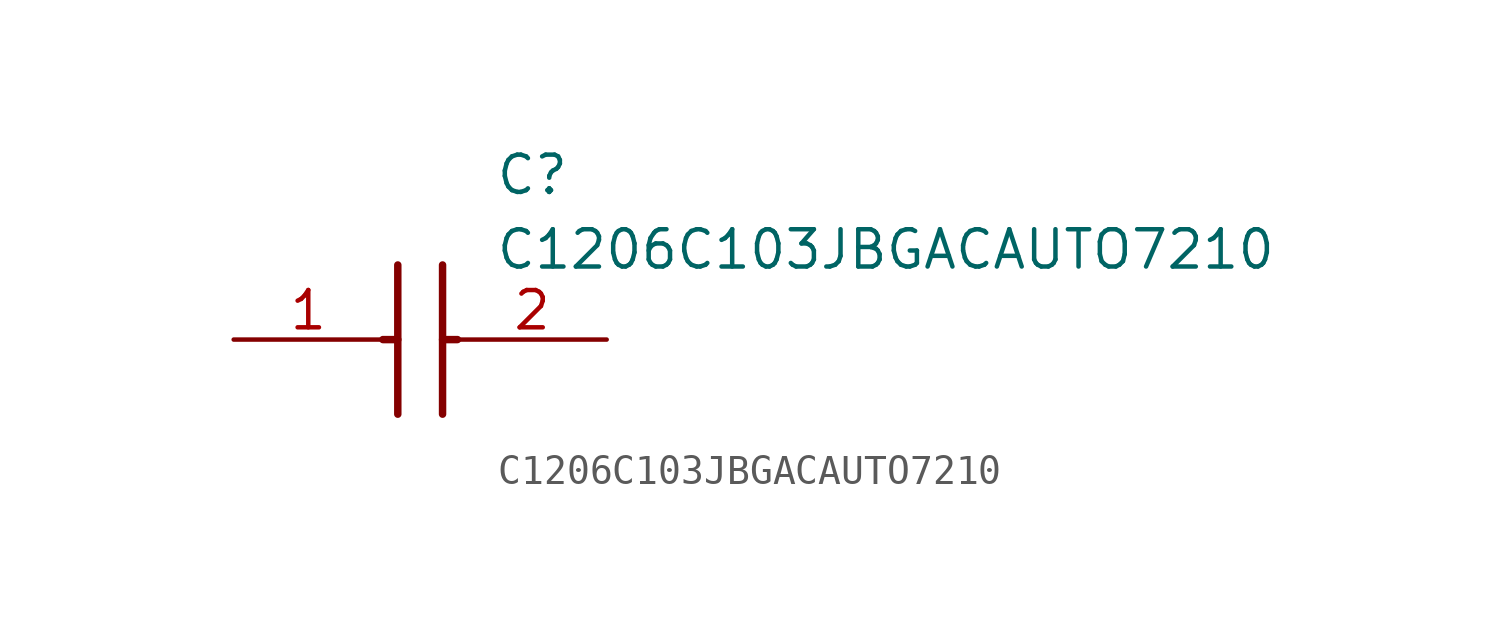
<source format=kicad_sym>
(kicad_symbol_lib
  (version 20211014)
  (generator SamacSys_ECAD_Model)
  (symbol "C1206C103JBGACAUTO7210"
    (pin_names hide)
    (property "Reference" "C"
      (at 8.89 6.35 0)
      (effects (font (size 1.27 1.27)) (justify left top)))
    (property "Value" "C1206C103JBGACAUTO7210"
      (at 8.89 3.81 0)
      (effects (font (size 1.27 1.27)) (justify left top)))
    (polyline
      (pts (xy 5.588 2.54) (xy 5.588 -2.54))
      (stroke (width 0.254) (type default))
      (fill (type none)))
    (polyline
      (pts (xy 7.112 2.54) (xy 7.112 -2.54))
      (stroke (width 0.254) (type default))
      (fill (type none)))
    (polyline
      (pts (xy 5.08 0) (xy 5.588 0))
      (stroke (width 0.254) (type default))
      (fill (type none)))
    (polyline
      (pts (xy 7.112 0) (xy 7.62 0))
      (stroke (width 0.254) (type default))
      (fill (type none)))
    (pin passive line
      (at 0 0 0)
      (length 5.08)
      (name "1" (effects (font (size 1.27 1.27))))
      (number "1" (effects (font (size 1.27 1.27)))))
    (pin passive line
      (at 12.7 0 180)
      (length 5.08)
      (name "2" (effects (font (size 1.27 1.27))))
      (number "2" (effects (font (size 1.27 1.27)))))))
</source>
